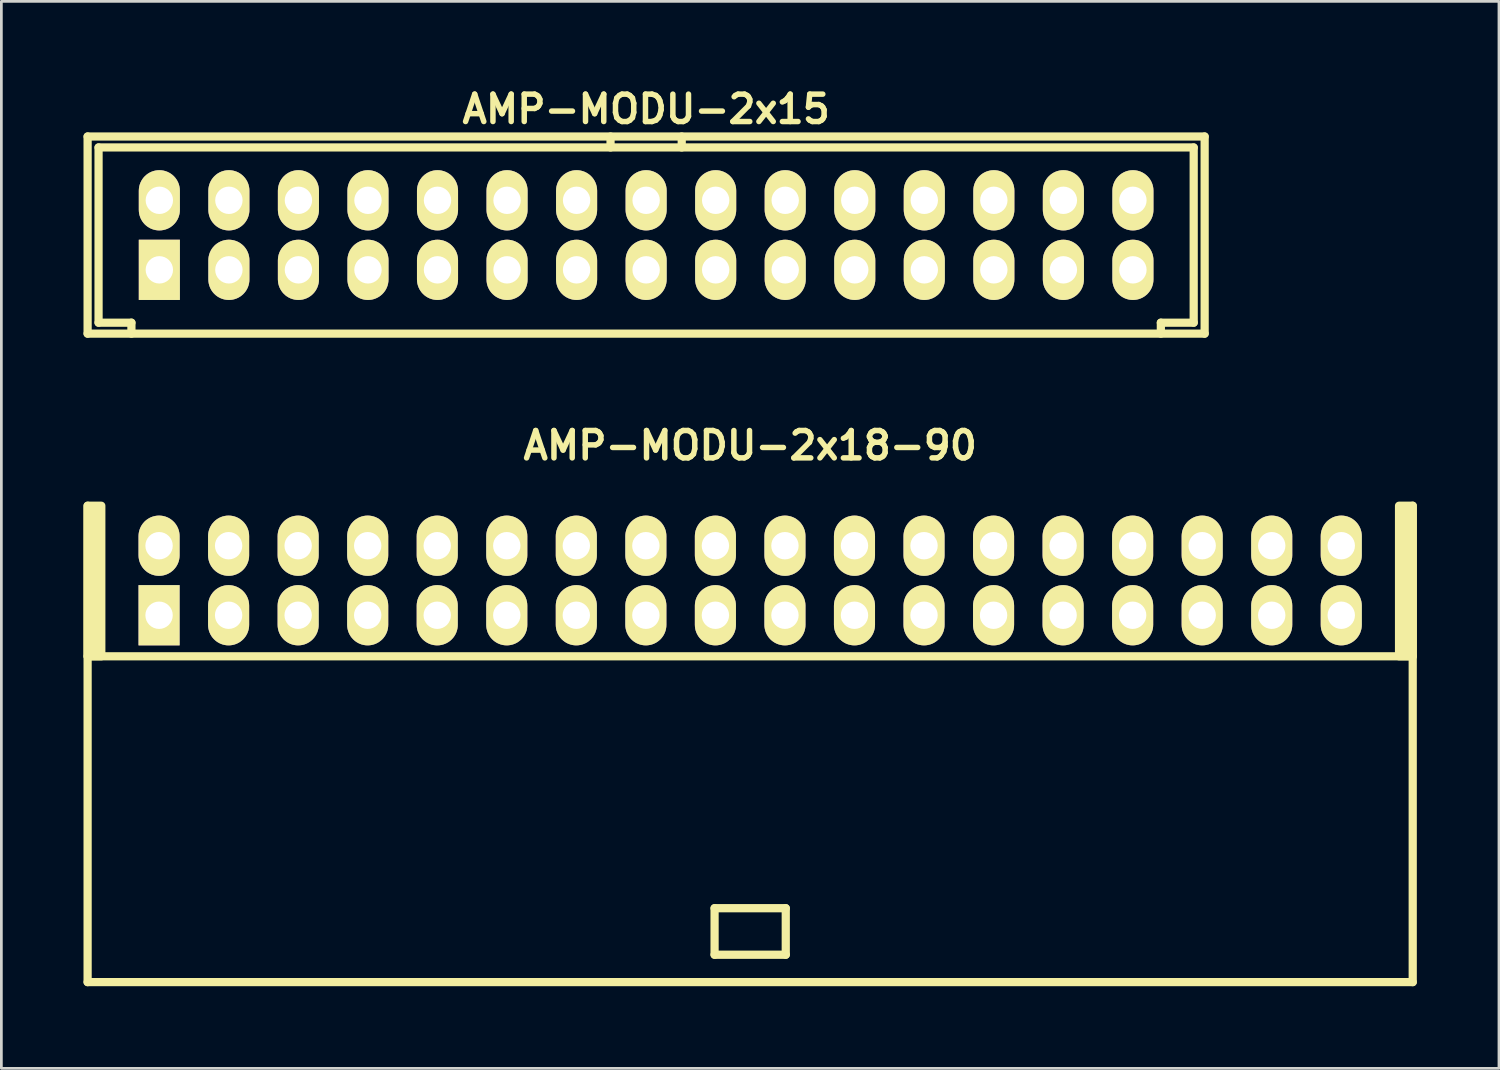
<source format=kicad_pcb>
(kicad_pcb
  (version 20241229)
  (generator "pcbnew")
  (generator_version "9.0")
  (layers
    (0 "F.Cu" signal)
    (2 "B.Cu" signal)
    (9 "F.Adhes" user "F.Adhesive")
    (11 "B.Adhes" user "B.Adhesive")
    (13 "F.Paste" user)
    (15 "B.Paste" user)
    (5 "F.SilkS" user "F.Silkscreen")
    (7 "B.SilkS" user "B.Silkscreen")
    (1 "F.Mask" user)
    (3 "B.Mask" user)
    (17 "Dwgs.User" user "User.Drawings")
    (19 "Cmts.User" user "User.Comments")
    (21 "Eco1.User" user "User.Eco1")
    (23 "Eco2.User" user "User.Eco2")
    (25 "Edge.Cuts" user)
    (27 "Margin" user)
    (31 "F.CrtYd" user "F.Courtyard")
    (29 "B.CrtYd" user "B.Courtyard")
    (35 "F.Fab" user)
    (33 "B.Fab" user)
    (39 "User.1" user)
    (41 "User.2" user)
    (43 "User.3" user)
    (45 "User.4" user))
  (footprint "AMP-MODU-2x15"
    (layer "F.Cu")
    (at 20.55 5.536)
    (property "Reference" "AMP-MODU-2x15" (at 0 -4.6 0) (layer "F.SilkS") (effects (font (size 1 1) (thickness 0.2))))
    (attr through_hole)
    (fp_line (start -20.4 -3.6) (end 20.4 -3.6) (stroke (width 0.3) (type solid)) (layer "F.SilkS"))
    (fp_line (start -20.4 3.6) (end -20.4 -3.6) (stroke (width 0.3) (type solid)) (layer "F.SilkS"))
    (fp_line (start -20 -3.2) (end -20 3.2) (stroke (width 0.3) (type solid)) (layer "F.SilkS"))
    (fp_line (start -18.8 3.2) (end -20 3.2) (stroke (width 0.3) (type solid)) (layer "F.SilkS"))
    (fp_line (start -18.8 3.2) (end -18.8 3.6) (stroke (width 0.3) (type solid)) (layer "F.SilkS"))
    (fp_line (start -1.3 -3.2) (end -1.3 -3.6) (stroke (width 0.3) (type solid)) (layer "F.SilkS"))
    (fp_line (start 1.3 -3.6) (end 1.3 -3.2) (stroke (width 0.3) (type solid)) (layer "F.SilkS"))
    (fp_line (start 18.8 3.6) (end 18.8 3.2) (stroke (width 0.3) (type solid)) (layer "F.SilkS"))
    (fp_line (start 20 -3.2) (end -20 -3.2) (stroke (width 0.3) (type solid)) (layer "F.SilkS"))
    (fp_line (start 20 3.2) (end 18.8 3.2) (stroke (width 0.3) (type solid)) (layer "F.SilkS"))
    (fp_line (start 20 3.2) (end 20 -3.2) (stroke (width 0.3) (type solid)) (layer "F.SilkS"))
    (fp_line (start 20.4 -3.6) (end 20.4 3.6) (stroke (width 0.3) (type solid)) (layer "F.SilkS"))
    (fp_line (start 20.4 3.6) (end -20.4 3.6) (stroke (width 0.3) (type solid)) (layer "F.SilkS"))
    (pad "1" thru_hole rect (at -17.78 1.27) (size 1.5 2.2) (drill 1) (layers "*.Cu" "*.Mask" "F.SilkS"))
    (pad "2" thru_hole oval (at -17.78 -1.27) (size 1.5 2.2) (drill 1) (layers "*.Cu" "*.Mask" "F.SilkS"))
    (pad "3" thru_hole oval (at -15.24 1.27) (size 1.5 2.2) (drill 1) (layers "*.Cu" "*.Mask" "F.SilkS"))
    (pad "4" thru_hole oval (at -15.24 -1.27) (size 1.5 2.2) (drill 1) (layers "*.Cu" "*.Mask" "F.SilkS"))
    (pad "5" thru_hole oval (at -12.7 1.27) (size 1.5 2.2) (drill 1) (layers "*.Cu" "*.Mask" "F.SilkS"))
    (pad "6" thru_hole oval (at -12.7 -1.27) (size 1.5 2.2) (drill 1) (layers "*.Cu" "*.Mask" "F.SilkS"))
    (pad "7" thru_hole oval (at -10.16 1.27) (size 1.5 2.2) (drill 1) (layers "*.Cu" "*.Mask" "F.SilkS"))
    (pad "8" thru_hole oval (at -10.16 -1.27) (size 1.5 2.2) (drill 1) (layers "*.Cu" "*.Mask" "F.SilkS"))
    (pad "9" thru_hole oval (at -7.62 1.27) (size 1.5 2.2) (drill 1) (layers "*.Cu" "*.Mask" "F.SilkS"))
    (pad "10" thru_hole oval (at -7.62 -1.27) (size 1.5 2.2) (drill 1) (layers "*.Cu" "*.Mask" "F.SilkS"))
    (pad "11" thru_hole oval (at -5.08 1.27) (size 1.5 2.2) (drill 1) (layers "*.Cu" "*.Mask" "F.SilkS"))
    (pad "12" thru_hole oval (at -5.08 -1.27) (size 1.5 2.2) (drill 1) (layers "*.Cu" "*.Mask" "F.SilkS"))
    (pad "13" thru_hole oval (at -2.54 1.27) (size 1.5 2.2) (drill 1) (layers "*.Cu" "*.Mask" "F.SilkS"))
    (pad "14" thru_hole oval (at -2.54 -1.27) (size 1.5 2.2) (drill 1) (layers "*.Cu" "*.Mask" "F.SilkS"))
    (pad "15" thru_hole oval (at 0 1.27) (size 1.5 2.2) (drill 1) (layers "*.Cu" "*.Mask" "F.SilkS"))
    (pad "16" thru_hole oval (at 0 -1.27) (size 1.5 2.2) (drill 1) (layers "*.Cu" "*.Mask" "F.SilkS"))
    (pad "17" thru_hole oval (at 2.54 1.27) (size 1.5 2.2) (drill 1) (layers "*.Cu" "*.Mask" "F.SilkS"))
    (pad "18" thru_hole oval (at 2.54 -1.27) (size 1.5 2.2) (drill 1) (layers "*.Cu" "*.Mask" "F.SilkS"))
    (pad "19" thru_hole oval (at 5.08 1.27) (size 1.5 2.2) (drill 1) (layers "*.Cu" "*.Mask" "F.SilkS"))
    (pad "20" thru_hole oval (at 5.08 -1.27) (size 1.5 2.2) (drill 1) (layers "*.Cu" "*.Mask" "F.SilkS"))
    (pad "21" thru_hole oval (at 7.62 1.27) (size 1.5 2.2) (drill 1) (layers "*.Cu" "*.Mask" "F.SilkS"))
    (pad "22" thru_hole oval (at 7.62 -1.27) (size 1.5 2.2) (drill 1) (layers "*.Cu" "*.Mask" "F.SilkS"))
    (pad "23" thru_hole oval (at 10.16 1.27) (size 1.5 2.2) (drill 1) (layers "*.Cu" "*.Mask" "F.SilkS"))
    (pad "24" thru_hole oval (at 10.16 -1.27) (size 1.5 2.2) (drill 1) (layers "*.Cu" "*.Mask" "F.SilkS"))
    (pad "25" thru_hole oval (at 12.7 1.27) (size 1.5 2.2) (drill 1) (layers "*.Cu" "*.Mask" "F.SilkS"))
    (pad "26" thru_hole oval (at 12.7 -1.27) (size 1.5 2.2) (drill 1) (layers "*.Cu" "*.Mask" "F.SilkS"))
    (pad "27" thru_hole oval (at 15.24 1.27) (size 1.5 2.2) (drill 1) (layers "*.Cu" "*.Mask" "F.SilkS"))
    (pad "28" thru_hole oval (at 15.24 -1.27) (size 1.5 2.2) (drill 1) (layers "*.Cu" "*.Mask" "F.SilkS"))
    (pad "29" thru_hole oval (at 17.78 1.27) (size 1.5 2.2) (drill 1) (layers "*.Cu" "*.Mask" "F.SilkS"))
    (pad "30" thru_hole oval (at 17.78 -1.27) (size 1.5 2.2) (drill 1) (layers "*.Cu" "*.Mask" "F.SilkS")))
  (footprint "AMP-MODU-2x18-90"
    (layer "F.Cu")
    (at 24.35 19.422)
    (property "Reference" "AMP-MODU-2x18-90" (at 0 -6.2 0) (layer "F.SilkS") (effects (font (size 1 1) (thickness 0.2))))
    (attr through_hole)
    (fp_line (start -24.2 -4) (end -24.2 13.4) (stroke (width 0.3) (type solid)) (layer "F.SilkS"))
    (fp_line (start -24.2 1.5) (end 24.2 1.5) (stroke (width 0.3) (type solid)) (layer "F.SilkS"))
    (fp_line (start -1.3 10.7) (end -1.3 12.4) (stroke (width 0.3) (type solid)) (layer "F.SilkS"))
    (fp_line (start -1.3 10.7) (end 1.3 10.7) (stroke (width 0.3) (type solid)) (layer "F.SilkS"))
    (fp_line (start -1.3 12.4) (end 1.3 12.4) (stroke (width 0.3) (type solid)) (layer "F.SilkS"))
    (fp_line (start 1.3 10.7) (end 1.3 12.4) (stroke (width 0.3) (type solid)) (layer "F.SilkS"))
    (fp_line (start 24.2 -4) (end 24.2 13.4) (stroke (width 0.3) (type solid)) (layer "F.SilkS"))
    (fp_line (start 24.2 13.4) (end -24.2 13.4) (stroke (width 0.3) (type solid)) (layer "F.SilkS"))
    (fp_poly (pts (xy -23.7 1.5) (xy -24.2 1.5) (xy -24.2 -4) (xy -23.7 -4)) (stroke (width 0.3) (type solid)) (fill yes) (layer "F.SilkS"))
    (fp_poly (pts (xy 24.2 1.5) (xy 23.7 1.5) (xy 23.7 -4) (xy 24.2 -4)) (stroke (width 0.3) (type solid)) (fill yes) (layer "F.SilkS"))
    (pad "1" thru_hole rect (at -21.59 0) (size 1.5 2.2) (drill 1) (layers "*.Cu" "*.Mask" "F.SilkS"))
    (pad "2" thru_hole oval (at -21.59 -2.54) (size 1.5 2.2) (drill 1) (layers "*.Cu" "*.Mask" "F.SilkS"))
    (pad "3" thru_hole oval (at -19.05 0) (size 1.5 2.2) (drill 1) (layers "*.Cu" "*.Mask" "F.SilkS"))
    (pad "4" thru_hole oval (at -19.05 -2.54) (size 1.5 2.2) (drill 1) (layers "*.Cu" "*.Mask" "F.SilkS"))
    (pad "5" thru_hole oval (at -16.51 0) (size 1.5 2.2) (drill 1) (layers "*.Cu" "*.Mask" "F.SilkS"))
    (pad "6" thru_hole oval (at -16.51 -2.54) (size 1.5 2.2) (drill 1) (layers "*.Cu" "*.Mask" "F.SilkS"))
    (pad "7" thru_hole oval (at -13.97 0) (size 1.5 2.2) (drill 1) (layers "*.Cu" "*.Mask" "F.SilkS"))
    (pad "8" thru_hole oval (at -13.97 -2.54) (size 1.5 2.2) (drill 1) (layers "*.Cu" "*.Mask" "F.SilkS"))
    (pad "9" thru_hole oval (at -11.43 0) (size 1.5 2.2) (drill 1) (layers "*.Cu" "*.Mask" "F.SilkS"))
    (pad "10" thru_hole oval (at -11.43 -2.54) (size 1.5 2.2) (drill 1) (layers "*.Cu" "*.Mask" "F.SilkS"))
    (pad "11" thru_hole oval (at -8.89 0) (size 1.5 2.2) (drill 1) (layers "*.Cu" "*.Mask" "F.SilkS"))
    (pad "12" thru_hole oval (at -8.89 -2.54) (size 1.5 2.2) (drill 1) (layers "*.Cu" "*.Mask" "F.SilkS"))
    (pad "13" thru_hole oval (at -6.35 0) (size 1.5 2.2) (drill 1) (layers "*.Cu" "*.Mask" "F.SilkS"))
    (pad "14" thru_hole oval (at -6.35 -2.54) (size 1.5 2.2) (drill 1) (layers "*.Cu" "*.Mask" "F.SilkS"))
    (pad "15" thru_hole oval (at -3.81 0) (size 1.5 2.2) (drill 1) (layers "*.Cu" "*.Mask" "F.SilkS"))
    (pad "16" thru_hole oval (at -3.81 -2.54) (size 1.5 2.2) (drill 1) (layers "*.Cu" "*.Mask" "F.SilkS"))
    (pad "17" thru_hole oval (at -1.27 0) (size 1.5 2.2) (drill 1) (layers "*.Cu" "*.Mask" "F.SilkS"))
    (pad "18" thru_hole oval (at -1.27 -2.54) (size 1.5 2.2) (drill 1) (layers "*.Cu" "*.Mask" "F.SilkS"))
    (pad "19" thru_hole oval (at 1.27 0) (size 1.5 2.2) (drill 1) (layers "*.Cu" "*.Mask" "F.SilkS"))
    (pad "20" thru_hole oval (at 1.27 -2.54) (size 1.5 2.2) (drill 1) (layers "*.Cu" "*.Mask" "F.SilkS"))
    (pad "21" thru_hole oval (at 3.81 0) (size 1.5 2.2) (drill 1) (layers "*.Cu" "*.Mask" "F.SilkS"))
    (pad "22" thru_hole oval (at 3.81 -2.54) (size 1.5 2.2) (drill 1) (layers "*.Cu" "*.Mask" "F.SilkS"))
    (pad "23" thru_hole oval (at 6.35 0) (size 1.5 2.2) (drill 1) (layers "*.Cu" "*.Mask" "F.SilkS"))
    (pad "24" thru_hole oval (at 6.35 -2.54) (size 1.5 2.2) (drill 1) (layers "*.Cu" "*.Mask" "F.SilkS"))
    (pad "25" thru_hole oval (at 8.89 0) (size 1.5 2.2) (drill 1) (layers "*.Cu" "*.Mask" "F.SilkS"))
    (pad "26" thru_hole oval (at 8.89 -2.54) (size 1.5 2.2) (drill 1) (layers "*.Cu" "*.Mask" "F.SilkS"))
    (pad "27" thru_hole oval (at 11.43 0) (size 1.5 2.2) (drill 1) (layers "*.Cu" "*.Mask" "F.SilkS"))
    (pad "28" thru_hole oval (at 11.43 -2.54) (size 1.5 2.2) (drill 1) (layers "*.Cu" "*.Mask" "F.SilkS"))
    (pad "29" thru_hole oval (at 13.97 0) (size 1.5 2.2) (drill 1) (layers "*.Cu" "*.Mask" "F.SilkS"))
    (pad "30" thru_hole oval (at 13.97 -2.54) (size 1.5 2.2) (drill 1) (layers "*.Cu" "*.Mask" "F.SilkS"))
    (pad "31" thru_hole oval (at 16.51 0) (size 1.5 2.2) (drill 1) (layers "*.Cu" "*.Mask" "F.SilkS"))
    (pad "32" thru_hole oval (at 16.51 -2.54) (size 1.5 2.2) (drill 1) (layers "*.Cu" "*.Mask" "F.SilkS"))
    (pad "33" thru_hole oval (at 19.05 0) (size 1.5 2.2) (drill 1) (layers "*.Cu" "*.Mask" "F.SilkS"))
    (pad "34" thru_hole oval (at 19.05 -2.54) (size 1.5 2.2) (drill 1) (layers "*.Cu" "*.Mask" "F.SilkS"))
    (pad "35" thru_hole oval (at 21.59 0) (size 1.5 2.2) (drill 1) (layers "*.Cu" "*.Mask" "F.SilkS"))
    (pad "36" thru_hole oval (at 21.59 -2.54) (size 1.5 2.2) (drill 1) (layers "*.Cu" "*.Mask" "F.SilkS")))
  (gr_rect
    (start -3 -3)
    (end 51.7 35.972)
    (stroke (width 0.1) (type default))
    (fill no)
    (layer "Edge.Cuts")))
</source>
